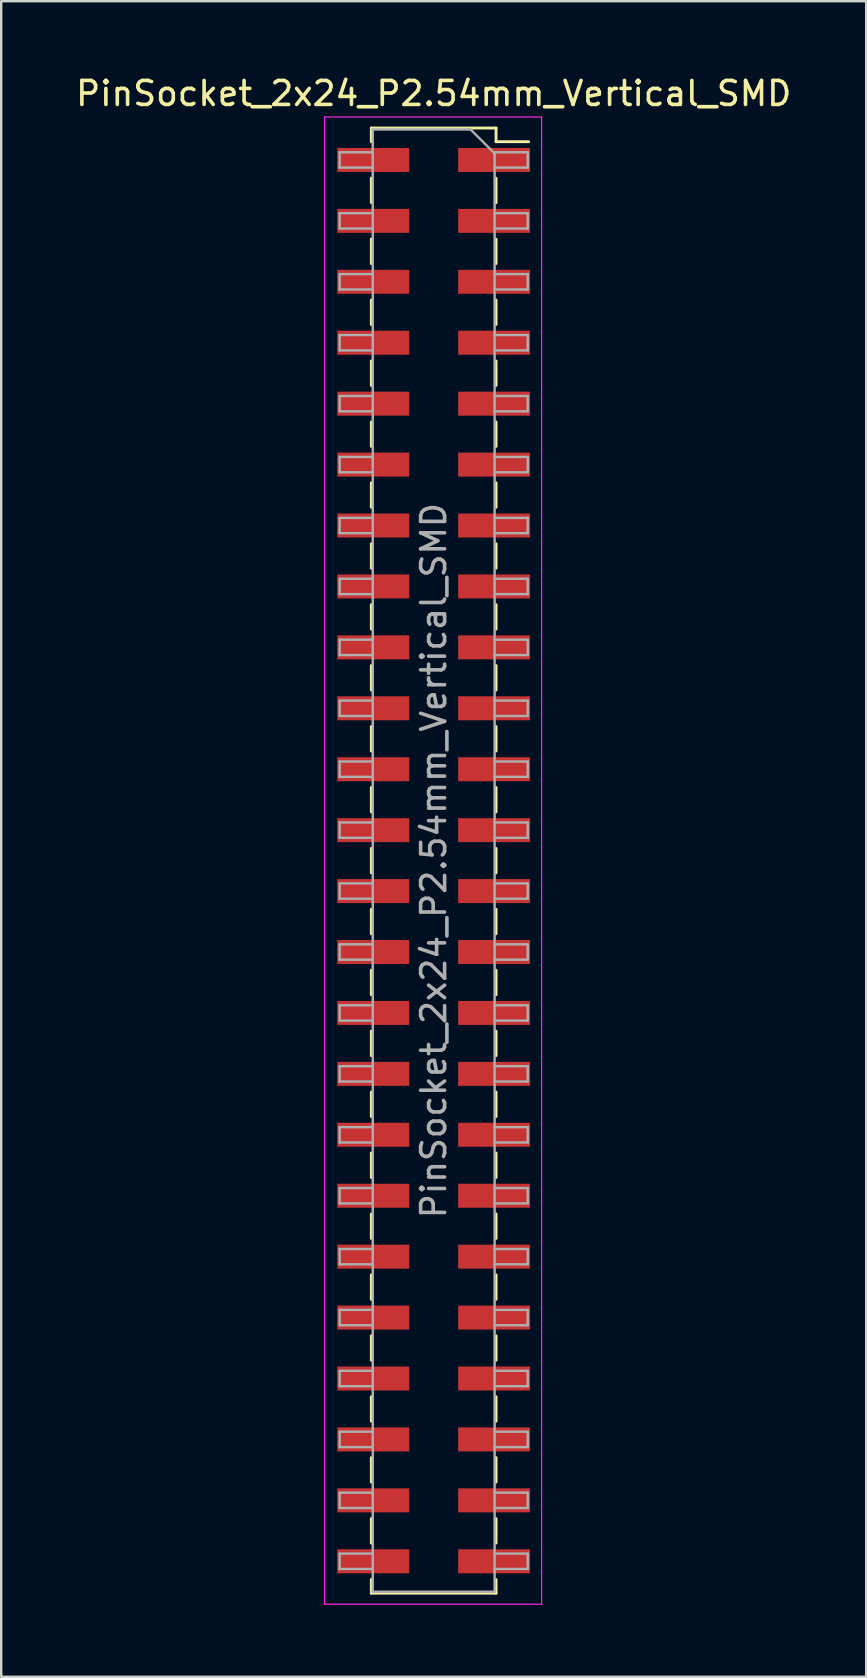
<source format=kicad_pcb>
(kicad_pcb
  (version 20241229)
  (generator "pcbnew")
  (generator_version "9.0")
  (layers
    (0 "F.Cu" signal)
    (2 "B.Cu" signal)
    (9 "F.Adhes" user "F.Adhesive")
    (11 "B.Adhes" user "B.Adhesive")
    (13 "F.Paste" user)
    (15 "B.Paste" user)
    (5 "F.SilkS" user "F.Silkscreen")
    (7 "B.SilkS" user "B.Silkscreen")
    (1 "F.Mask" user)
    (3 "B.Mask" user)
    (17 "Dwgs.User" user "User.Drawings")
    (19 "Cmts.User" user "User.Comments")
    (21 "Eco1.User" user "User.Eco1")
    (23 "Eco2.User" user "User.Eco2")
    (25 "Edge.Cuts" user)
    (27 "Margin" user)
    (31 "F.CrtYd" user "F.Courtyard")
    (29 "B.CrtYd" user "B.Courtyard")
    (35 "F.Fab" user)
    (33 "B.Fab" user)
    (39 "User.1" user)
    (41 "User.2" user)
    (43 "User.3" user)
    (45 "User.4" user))
  (footprint "PinSocket_2x24_P2.54mm_Vertical_SMD"
    (layer "F.Cu")
    (at 15.03 32.828)
    (property "Reference" "PinSocket_2x24_P2.54mm_Vertical_SMD" (at 0 -31.98 0) (layer "F.SilkS") (effects (font (size 1 1) (thickness 0.15))))
    (attr smd)
    (fp_line (start -2.6 -30.54) (end -2.6 -29.97) (stroke (width 0.12) (type solid)) (layer "F.SilkS"))
    (fp_line (start -2.6 -30.54) (end 2.6 -30.54) (stroke (width 0.12) (type solid)) (layer "F.SilkS"))
    (fp_line (start -2.6 -28.45) (end -2.6 -27.43) (stroke (width 0.12) (type solid)) (layer "F.SilkS"))
    (fp_line (start -2.6 -25.91) (end -2.6 -24.89) (stroke (width 0.12) (type solid)) (layer "F.SilkS"))
    (fp_line (start -2.6 -23.37) (end -2.6 -22.35) (stroke (width 0.12) (type solid)) (layer "F.SilkS"))
    (fp_line (start -2.6 -20.83) (end -2.6 -19.81) (stroke (width 0.12) (type solid)) (layer "F.SilkS"))
    (fp_line (start -2.6 -18.29) (end -2.6 -17.27) (stroke (width 0.12) (type solid)) (layer "F.SilkS"))
    (fp_line (start -2.6 -15.75) (end -2.6 -14.73) (stroke (width 0.12) (type solid)) (layer "F.SilkS"))
    (fp_line (start -2.6 -13.21) (end -2.6 -12.19) (stroke (width 0.12) (type solid)) (layer "F.SilkS"))
    (fp_line (start -2.6 -10.67) (end -2.6 -9.65) (stroke (width 0.12) (type solid)) (layer "F.SilkS"))
    (fp_line (start -2.6 -8.13) (end -2.6 -7.11) (stroke (width 0.12) (type solid)) (layer "F.SilkS"))
    (fp_line (start -2.6 -5.59) (end -2.6 -4.57) (stroke (width 0.12) (type solid)) (layer "F.SilkS"))
    (fp_line (start -2.6 -3.05) (end -2.6 -2.03) (stroke (width 0.12) (type solid)) (layer "F.SilkS"))
    (fp_line (start -2.6 -0.51) (end -2.6 0.51) (stroke (width 0.12) (type solid)) (layer "F.SilkS"))
    (fp_line (start -2.6 2.03) (end -2.6 3.05) (stroke (width 0.12) (type solid)) (layer "F.SilkS"))
    (fp_line (start -2.6 4.57) (end -2.6 5.59) (stroke (width 0.12) (type solid)) (layer "F.SilkS"))
    (fp_line (start -2.6 7.11) (end -2.6 8.13) (stroke (width 0.12) (type solid)) (layer "F.SilkS"))
    (fp_line (start -2.6 9.65) (end -2.6 10.67) (stroke (width 0.12) (type solid)) (layer "F.SilkS"))
    (fp_line (start -2.6 12.19) (end -2.6 13.21) (stroke (width 0.12) (type solid)) (layer "F.SilkS"))
    (fp_line (start -2.6 14.73) (end -2.6 15.75) (stroke (width 0.12) (type solid)) (layer "F.SilkS"))
    (fp_line (start -2.6 17.27) (end -2.6 18.29) (stroke (width 0.12) (type solid)) (layer "F.SilkS"))
    (fp_line (start -2.6 19.81) (end -2.6 20.83) (stroke (width 0.12) (type solid)) (layer "F.SilkS"))
    (fp_line (start -2.6 22.35) (end -2.6 23.37) (stroke (width 0.12) (type solid)) (layer "F.SilkS"))
    (fp_line (start -2.6 24.89) (end -2.6 25.91) (stroke (width 0.12) (type solid)) (layer "F.SilkS"))
    (fp_line (start -2.6 27.43) (end -2.6 28.45) (stroke (width 0.12) (type solid)) (layer "F.SilkS"))
    (fp_line (start -2.6 29.97) (end -2.6 30.54) (stroke (width 0.12) (type solid)) (layer "F.SilkS"))
    (fp_line (start -2.6 30.54) (end 2.6 30.54) (stroke (width 0.12) (type solid)) (layer "F.SilkS"))
    (fp_line (start 2.6 -30.54) (end 2.6 -29.97) (stroke (width 0.12) (type solid)) (layer "F.SilkS"))
    (fp_line (start 2.6 -29.97) (end 3.96 -29.97) (stroke (width 0.12) (type solid)) (layer "F.SilkS"))
    (fp_line (start 2.6 -28.45) (end 2.6 -27.43) (stroke (width 0.12) (type solid)) (layer "F.SilkS"))
    (fp_line (start 2.6 -25.91) (end 2.6 -24.89) (stroke (width 0.12) (type solid)) (layer "F.SilkS"))
    (fp_line (start 2.6 -23.37) (end 2.6 -22.35) (stroke (width 0.12) (type solid)) (layer "F.SilkS"))
    (fp_line (start 2.6 -20.83) (end 2.6 -19.81) (stroke (width 0.12) (type solid)) (layer "F.SilkS"))
    (fp_line (start 2.6 -18.29) (end 2.6 -17.27) (stroke (width 0.12) (type solid)) (layer "F.SilkS"))
    (fp_line (start 2.6 -15.75) (end 2.6 -14.73) (stroke (width 0.12) (type solid)) (layer "F.SilkS"))
    (fp_line (start 2.6 -13.21) (end 2.6 -12.19) (stroke (width 0.12) (type solid)) (layer "F.SilkS"))
    (fp_line (start 2.6 -10.67) (end 2.6 -9.65) (stroke (width 0.12) (type solid)) (layer "F.SilkS"))
    (fp_line (start 2.6 -8.13) (end 2.6 -7.11) (stroke (width 0.12) (type solid)) (layer "F.SilkS"))
    (fp_line (start 2.6 -5.59) (end 2.6 -4.57) (stroke (width 0.12) (type solid)) (layer "F.SilkS"))
    (fp_line (start 2.6 -3.05) (end 2.6 -2.03) (stroke (width 0.12) (type solid)) (layer "F.SilkS"))
    (fp_line (start 2.6 -0.51) (end 2.6 0.51) (stroke (width 0.12) (type solid)) (layer "F.SilkS"))
    (fp_line (start 2.6 2.03) (end 2.6 3.05) (stroke (width 0.12) (type solid)) (layer "F.SilkS"))
    (fp_line (start 2.6 4.57) (end 2.6 5.59) (stroke (width 0.12) (type solid)) (layer "F.SilkS"))
    (fp_line (start 2.6 7.11) (end 2.6 8.13) (stroke (width 0.12) (type solid)) (layer "F.SilkS"))
    (fp_line (start 2.6 9.65) (end 2.6 10.67) (stroke (width 0.12) (type solid)) (layer "F.SilkS"))
    (fp_line (start 2.6 12.19) (end 2.6 13.21) (stroke (width 0.12) (type solid)) (layer "F.SilkS"))
    (fp_line (start 2.6 14.73) (end 2.6 15.75) (stroke (width 0.12) (type solid)) (layer "F.SilkS"))
    (fp_line (start 2.6 17.27) (end 2.6 18.29) (stroke (width 0.12) (type solid)) (layer "F.SilkS"))
    (fp_line (start 2.6 19.81) (end 2.6 20.83) (stroke (width 0.12) (type solid)) (layer "F.SilkS"))
    (fp_line (start 2.6 22.35) (end 2.6 23.37) (stroke (width 0.12) (type solid)) (layer "F.SilkS"))
    (fp_line (start 2.6 24.89) (end 2.6 25.91) (stroke (width 0.12) (type solid)) (layer "F.SilkS"))
    (fp_line (start 2.6 27.43) (end 2.6 28.45) (stroke (width 0.12) (type solid)) (layer "F.SilkS"))
    (fp_line (start 2.6 29.97) (end 2.6 30.54) (stroke (width 0.12) (type solid)) (layer "F.SilkS"))
    (fp_line (start -4.55 -31) (end 4.5 -31) (stroke (width 0.05) (type solid)) (layer "F.CrtYd"))
    (fp_line (start -4.55 31) (end -4.55 -31) (stroke (width 0.05) (type solid)) (layer "F.CrtYd"))
    (fp_line (start 4.5 -31) (end 4.5 31) (stroke (width 0.05) (type solid)) (layer "F.CrtYd"))
    (fp_line (start 4.5 31) (end -4.55 31) (stroke (width 0.05) (type solid)) (layer "F.CrtYd"))
    (fp_line (start -3.92 -29.53) (end -2.54 -29.53) (stroke (width 0.1) (type solid)) (layer "F.Fab"))
    (fp_line (start -3.92 -28.89) (end -3.92 -29.53) (stroke (width 0.1) (type solid)) (layer "F.Fab"))
    (fp_line (start -3.92 -26.99) (end -2.54 -26.99) (stroke (width 0.1) (type solid)) (layer "F.Fab"))
    (fp_line (start -3.92 -26.35) (end -3.92 -26.99) (stroke (width 0.1) (type solid)) (layer "F.Fab"))
    (fp_line (start -3.92 -24.45) (end -2.54 -24.45) (stroke (width 0.1) (type solid)) (layer "F.Fab"))
    (fp_line (start -3.92 -23.81) (end -3.92 -24.45) (stroke (width 0.1) (type solid)) (layer "F.Fab"))
    (fp_line (start -3.92 -21.91) (end -2.54 -21.91) (stroke (width 0.1) (type solid)) (layer "F.Fab"))
    (fp_line (start -3.92 -21.27) (end -3.92 -21.91) (stroke (width 0.1) (type solid)) (layer "F.Fab"))
    (fp_line (start -3.92 -19.37) (end -2.54 -19.37) (stroke (width 0.1) (type solid)) (layer "F.Fab"))
    (fp_line (start -3.92 -18.73) (end -3.92 -19.37) (stroke (width 0.1) (type solid)) (layer "F.Fab"))
    (fp_line (start -3.92 -16.83) (end -2.54 -16.83) (stroke (width 0.1) (type solid)) (layer "F.Fab"))
    (fp_line (start -3.92 -16.19) (end -3.92 -16.83) (stroke (width 0.1) (type solid)) (layer "F.Fab"))
    (fp_line (start -3.92 -14.29) (end -2.54 -14.29) (stroke (width 0.1) (type solid)) (layer "F.Fab"))
    (fp_line (start -3.92 -13.65) (end -3.92 -14.29) (stroke (width 0.1) (type solid)) (layer "F.Fab"))
    (fp_line (start -3.92 -11.75) (end -2.54 -11.75) (stroke (width 0.1) (type solid)) (layer "F.Fab"))
    (fp_line (start -3.92 -11.11) (end -3.92 -11.75) (stroke (width 0.1) (type solid)) (layer "F.Fab"))
    (fp_line (start -3.92 -9.21) (end -2.54 -9.21) (stroke (width 0.1) (type solid)) (layer "F.Fab"))
    (fp_line (start -3.92 -8.57) (end -3.92 -9.21) (stroke (width 0.1) (type solid)) (layer "F.Fab"))
    (fp_line (start -3.92 -6.67) (end -2.54 -6.67) (stroke (width 0.1) (type solid)) (layer "F.Fab"))
    (fp_line (start -3.92 -6.03) (end -3.92 -6.67) (stroke (width 0.1) (type solid)) (layer "F.Fab"))
    (fp_line (start -3.92 -4.13) (end -2.54 -4.13) (stroke (width 0.1) (type solid)) (layer "F.Fab"))
    (fp_line (start -3.92 -3.49) (end -3.92 -4.13) (stroke (width 0.1) (type solid)) (layer "F.Fab"))
    (fp_line (start -3.92 -1.59) (end -2.54 -1.59) (stroke (width 0.1) (type solid)) (layer "F.Fab"))
    (fp_line (start -3.92 -0.95) (end -3.92 -1.59) (stroke (width 0.1) (type solid)) (layer "F.Fab"))
    (fp_line (start -3.92 0.95) (end -2.54 0.95) (stroke (width 0.1) (type solid)) (layer "F.Fab"))
    (fp_line (start -3.92 1.59) (end -3.92 0.95) (stroke (width 0.1) (type solid)) (layer "F.Fab"))
    (fp_line (start -3.92 3.49) (end -2.54 3.49) (stroke (width 0.1) (type solid)) (layer "F.Fab"))
    (fp_line (start -3.92 4.13) (end -3.92 3.49) (stroke (width 0.1) (type solid)) (layer "F.Fab"))
    (fp_line (start -3.92 6.03) (end -2.54 6.03) (stroke (width 0.1) (type solid)) (layer "F.Fab"))
    (fp_line (start -3.92 6.67) (end -3.92 6.03) (stroke (width 0.1) (type solid)) (layer "F.Fab"))
    (fp_line (start -3.92 8.57) (end -2.54 8.57) (stroke (width 0.1) (type solid)) (layer "F.Fab"))
    (fp_line (start -3.92 9.21) (end -3.92 8.57) (stroke (width 0.1) (type solid)) (layer "F.Fab"))
    (fp_line (start -3.92 11.11) (end -2.54 11.11) (stroke (width 0.1) (type solid)) (layer "F.Fab"))
    (fp_line (start -3.92 11.75) (end -3.92 11.11) (stroke (width 0.1) (type solid)) (layer "F.Fab"))
    (fp_line (start -3.92 13.65) (end -2.54 13.65) (stroke (width 0.1) (type solid)) (layer "F.Fab"))
    (fp_line (start -3.92 14.29) (end -3.92 13.65) (stroke (width 0.1) (type solid)) (layer "F.Fab"))
    (fp_line (start -3.92 16.19) (end -2.54 16.19) (stroke (width 0.1) (type solid)) (layer "F.Fab"))
    (fp_line (start -3.92 16.83) (end -3.92 16.19) (stroke (width 0.1) (type solid)) (layer "F.Fab"))
    (fp_line (start -3.92 18.73) (end -2.54 18.73) (stroke (width 0.1) (type solid)) (layer "F.Fab"))
    (fp_line (start -3.92 19.37) (end -3.92 18.73) (stroke (width 0.1) (type solid)) (layer "F.Fab"))
    (fp_line (start -3.92 21.27) (end -2.54 21.27) (stroke (width 0.1) (type solid)) (layer "F.Fab"))
    (fp_line (start -3.92 21.91) (end -3.92 21.27) (stroke (width 0.1) (type solid)) (layer "F.Fab"))
    (fp_line (start -3.92 23.81) (end -2.54 23.81) (stroke (width 0.1) (type solid)) (layer "F.Fab"))
    (fp_line (start -3.92 24.45) (end -3.92 23.81) (stroke (width 0.1) (type solid)) (layer "F.Fab"))
    (fp_line (start -3.92 26.35) (end -2.54 26.35) (stroke (width 0.1) (type solid)) (layer "F.Fab"))
    (fp_line (start -3.92 26.99) (end -3.92 26.35) (stroke (width 0.1) (type solid)) (layer "F.Fab"))
    (fp_line (start -3.92 28.89) (end -2.54 28.89) (stroke (width 0.1) (type solid)) (layer "F.Fab"))
    (fp_line (start -3.92 29.53) (end -3.92 28.89) (stroke (width 0.1) (type solid)) (layer "F.Fab"))
    (fp_line (start -2.54 -30.48) (end 1.54 -30.48) (stroke (width 0.1) (type solid)) (layer "F.Fab"))
    (fp_line (start -2.54 -28.89) (end -3.92 -28.89) (stroke (width 0.1) (type solid)) (layer "F.Fab"))
    (fp_line (start -2.54 -26.35) (end -3.92 -26.35) (stroke (width 0.1) (type solid)) (layer "F.Fab"))
    (fp_line (start -2.54 -23.81) (end -3.92 -23.81) (stroke (width 0.1) (type solid)) (layer "F.Fab"))
    (fp_line (start -2.54 -21.27) (end -3.92 -21.27) (stroke (width 0.1) (type solid)) (layer "F.Fab"))
    (fp_line (start -2.54 -18.73) (end -3.92 -18.73) (stroke (width 0.1) (type solid)) (layer "F.Fab"))
    (fp_line (start -2.54 -16.19) (end -3.92 -16.19) (stroke (width 0.1) (type solid)) (layer "F.Fab"))
    (fp_line (start -2.54 -13.65) (end -3.92 -13.65) (stroke (width 0.1) (type solid)) (layer "F.Fab"))
    (fp_line (start -2.54 -11.11) (end -3.92 -11.11) (stroke (width 0.1) (type solid)) (layer "F.Fab"))
    (fp_line (start -2.54 -8.57) (end -3.92 -8.57) (stroke (width 0.1) (type solid)) (layer "F.Fab"))
    (fp_line (start -2.54 -6.03) (end -3.92 -6.03) (stroke (width 0.1) (type solid)) (layer "F.Fab"))
    (fp_line (start -2.54 -3.49) (end -3.92 -3.49) (stroke (width 0.1) (type solid)) (layer "F.Fab"))
    (fp_line (start -2.54 -0.95) (end -3.92 -0.95) (stroke (width 0.1) (type solid)) (layer "F.Fab"))
    (fp_line (start -2.54 1.59) (end -3.92 1.59) (stroke (width 0.1) (type solid)) (layer "F.Fab"))
    (fp_line (start -2.54 4.13) (end -3.92 4.13) (stroke (width 0.1) (type solid)) (layer "F.Fab"))
    (fp_line (start -2.54 6.67) (end -3.92 6.67) (stroke (width 0.1) (type solid)) (layer "F.Fab"))
    (fp_line (start -2.54 9.21) (end -3.92 9.21) (stroke (width 0.1) (type solid)) (layer "F.Fab"))
    (fp_line (start -2.54 11.75) (end -3.92 11.75) (stroke (width 0.1) (type solid)) (layer "F.Fab"))
    (fp_line (start -2.54 14.29) (end -3.92 14.29) (stroke (width 0.1) (type solid)) (layer "F.Fab"))
    (fp_line (start -2.54 16.83) (end -3.92 16.83) (stroke (width 0.1) (type solid)) (layer "F.Fab"))
    (fp_line (start -2.54 19.37) (end -3.92 19.37) (stroke (width 0.1) (type solid)) (layer "F.Fab"))
    (fp_line (start -2.54 21.91) (end -3.92 21.91) (stroke (width 0.1) (type solid)) (layer "F.Fab"))
    (fp_line (start -2.54 24.45) (end -3.92 24.45) (stroke (width 0.1) (type solid)) (layer "F.Fab"))
    (fp_line (start -2.54 26.99) (end -3.92 26.99) (stroke (width 0.1) (type solid)) (layer "F.Fab"))
    (fp_line (start -2.54 29.53) (end -3.92 29.53) (stroke (width 0.1) (type solid)) (layer "F.Fab"))
    (fp_line (start -2.54 30.48) (end -2.54 -30.48) (stroke (width 0.1) (type solid)) (layer "F.Fab"))
    (fp_line (start 1.54 -30.48) (end 2.54 -29.48) (stroke (width 0.1) (type solid)) (layer "F.Fab"))
    (fp_line (start 2.54 -29.53) (end 3.92 -29.53) (stroke (width 0.1) (type solid)) (layer "F.Fab"))
    (fp_line (start 2.54 -29.48) (end 2.54 30.48) (stroke (width 0.1) (type solid)) (layer "F.Fab"))
    (fp_line (start 2.54 -26.99) (end 3.92 -26.99) (stroke (width 0.1) (type solid)) (layer "F.Fab"))
    (fp_line (start 2.54 -24.45) (end 3.92 -24.45) (stroke (width 0.1) (type solid)) (layer "F.Fab"))
    (fp_line (start 2.54 -21.91) (end 3.92 -21.91) (stroke (width 0.1) (type solid)) (layer "F.Fab"))
    (fp_line (start 2.54 -19.37) (end 3.92 -19.37) (stroke (width 0.1) (type solid)) (layer "F.Fab"))
    (fp_line (start 2.54 -16.83) (end 3.92 -16.83) (stroke (width 0.1) (type solid)) (layer "F.Fab"))
    (fp_line (start 2.54 -14.29) (end 3.92 -14.29) (stroke (width 0.1) (type solid)) (layer "F.Fab"))
    (fp_line (start 2.54 -11.75) (end 3.92 -11.75) (stroke (width 0.1) (type solid)) (layer "F.Fab"))
    (fp_line (start 2.54 -9.21) (end 3.92 -9.21) (stroke (width 0.1) (type solid)) (layer "F.Fab"))
    (fp_line (start 2.54 -6.67) (end 3.92 -6.67) (stroke (width 0.1) (type solid)) (layer "F.Fab"))
    (fp_line (start 2.54 -4.13) (end 3.92 -4.13) (stroke (width 0.1) (type solid)) (layer "F.Fab"))
    (fp_line (start 2.54 -1.59) (end 3.92 -1.59) (stroke (width 0.1) (type solid)) (layer "F.Fab"))
    (fp_line (start 2.54 0.95) (end 3.92 0.95) (stroke (width 0.1) (type solid)) (layer "F.Fab"))
    (fp_line (start 2.54 3.49) (end 3.92 3.49) (stroke (width 0.1) (type solid)) (layer "F.Fab"))
    (fp_line (start 2.54 6.03) (end 3.92 6.03) (stroke (width 0.1) (type solid)) (layer "F.Fab"))
    (fp_line (start 2.54 8.57) (end 3.92 8.57) (stroke (width 0.1) (type solid)) (layer "F.Fab"))
    (fp_line (start 2.54 11.11) (end 3.92 11.11) (stroke (width 0.1) (type solid)) (layer "F.Fab"))
    (fp_line (start 2.54 13.65) (end 3.92 13.65) (stroke (width 0.1) (type solid)) (layer "F.Fab"))
    (fp_line (start 2.54 16.19) (end 3.92 16.19) (stroke (width 0.1) (type solid)) (layer "F.Fab"))
    (fp_line (start 2.54 18.73) (end 3.92 18.73) (stroke (width 0.1) (type solid)) (layer "F.Fab"))
    (fp_line (start 2.54 21.27) (end 3.92 21.27) (stroke (width 0.1) (type solid)) (layer "F.Fab"))
    (fp_line (start 2.54 23.81) (end 3.92 23.81) (stroke (width 0.1) (type solid)) (layer "F.Fab"))
    (fp_line (start 2.54 26.35) (end 3.92 26.35) (stroke (width 0.1) (type solid)) (layer "F.Fab"))
    (fp_line (start 2.54 28.89) (end 3.92 28.89) (stroke (width 0.1) (type solid)) (layer "F.Fab"))
    (fp_line (start 2.54 30.48) (end -2.54 30.48) (stroke (width 0.1) (type solid)) (layer "F.Fab"))
    (fp_line (start 3.92 -29.53) (end 3.92 -28.89) (stroke (width 0.1) (type solid)) (layer "F.Fab"))
    (fp_line (start 3.92 -28.89) (end 2.54 -28.89) (stroke (width 0.1) (type solid)) (layer "F.Fab"))
    (fp_line (start 3.92 -26.99) (end 3.92 -26.35) (stroke (width 0.1) (type solid)) (layer "F.Fab"))
    (fp_line (start 3.92 -26.35) (end 2.54 -26.35) (stroke (width 0.1) (type solid)) (layer "F.Fab"))
    (fp_line (start 3.92 -24.45) (end 3.92 -23.81) (stroke (width 0.1) (type solid)) (layer "F.Fab"))
    (fp_line (start 3.92 -23.81) (end 2.54 -23.81) (stroke (width 0.1) (type solid)) (layer "F.Fab"))
    (fp_line (start 3.92 -21.91) (end 3.92 -21.27) (stroke (width 0.1) (type solid)) (layer "F.Fab"))
    (fp_line (start 3.92 -21.27) (end 2.54 -21.27) (stroke (width 0.1) (type solid)) (layer "F.Fab"))
    (fp_line (start 3.92 -19.37) (end 3.92 -18.73) (stroke (width 0.1) (type solid)) (layer "F.Fab"))
    (fp_line (start 3.92 -18.73) (end 2.54 -18.73) (stroke (width 0.1) (type solid)) (layer "F.Fab"))
    (fp_line (start 3.92 -16.83) (end 3.92 -16.19) (stroke (width 0.1) (type solid)) (layer "F.Fab"))
    (fp_line (start 3.92 -16.19) (end 2.54 -16.19) (stroke (width 0.1) (type solid)) (layer "F.Fab"))
    (fp_line (start 3.92 -14.29) (end 3.92 -13.65) (stroke (width 0.1) (type solid)) (layer "F.Fab"))
    (fp_line (start 3.92 -13.65) (end 2.54 -13.65) (stroke (width 0.1) (type solid)) (layer "F.Fab"))
    (fp_line (start 3.92 -11.75) (end 3.92 -11.11) (stroke (width 0.1) (type solid)) (layer "F.Fab"))
    (fp_line (start 3.92 -11.11) (end 2.54 -11.11) (stroke (width 0.1) (type solid)) (layer "F.Fab"))
    (fp_line (start 3.92 -9.21) (end 3.92 -8.57) (stroke (width 0.1) (type solid)) (layer "F.Fab"))
    (fp_line (start 3.92 -8.57) (end 2.54 -8.57) (stroke (width 0.1) (type solid)) (layer "F.Fab"))
    (fp_line (start 3.92 -6.67) (end 3.92 -6.03) (stroke (width 0.1) (type solid)) (layer "F.Fab"))
    (fp_line (start 3.92 -6.03) (end 2.54 -6.03) (stroke (width 0.1) (type solid)) (layer "F.Fab"))
    (fp_line (start 3.92 -4.13) (end 3.92 -3.49) (stroke (width 0.1) (type solid)) (layer "F.Fab"))
    (fp_line (start 3.92 -3.49) (end 2.54 -3.49) (stroke (width 0.1) (type solid)) (layer "F.Fab"))
    (fp_line (start 3.92 -1.59) (end 3.92 -0.95) (stroke (width 0.1) (type solid)) (layer "F.Fab"))
    (fp_line (start 3.92 -0.95) (end 2.54 -0.95) (stroke (width 0.1) (type solid)) (layer "F.Fab"))
    (fp_line (start 3.92 0.95) (end 3.92 1.59) (stroke (width 0.1) (type solid)) (layer "F.Fab"))
    (fp_line (start 3.92 1.59) (end 2.54 1.59) (stroke (width 0.1) (type solid)) (layer "F.Fab"))
    (fp_line (start 3.92 3.49) (end 3.92 4.13) (stroke (width 0.1) (type solid)) (layer "F.Fab"))
    (fp_line (start 3.92 4.13) (end 2.54 4.13) (stroke (width 0.1) (type solid)) (layer "F.Fab"))
    (fp_line (start 3.92 6.03) (end 3.92 6.67) (stroke (width 0.1) (type solid)) (layer "F.Fab"))
    (fp_line (start 3.92 6.67) (end 2.54 6.67) (stroke (width 0.1) (type solid)) (layer "F.Fab"))
    (fp_line (start 3.92 8.57) (end 3.92 9.21) (stroke (width 0.1) (type solid)) (layer "F.Fab"))
    (fp_line (start 3.92 9.21) (end 2.54 9.21) (stroke (width 0.1) (type solid)) (layer "F.Fab"))
    (fp_line (start 3.92 11.11) (end 3.92 11.75) (stroke (width 0.1) (type solid)) (layer "F.Fab"))
    (fp_line (start 3.92 11.75) (end 2.54 11.75) (stroke (width 0.1) (type solid)) (layer "F.Fab"))
    (fp_line (start 3.92 13.65) (end 3.92 14.29) (stroke (width 0.1) (type solid)) (layer "F.Fab"))
    (fp_line (start 3.92 14.29) (end 2.54 14.29) (stroke (width 0.1) (type solid)) (layer "F.Fab"))
    (fp_line (start 3.92 16.19) (end 3.92 16.83) (stroke (width 0.1) (type solid)) (layer "F.Fab"))
    (fp_line (start 3.92 16.83) (end 2.54 16.83) (stroke (width 0.1) (type solid)) (layer "F.Fab"))
    (fp_line (start 3.92 18.73) (end 3.92 19.37) (stroke (width 0.1) (type solid)) (layer "F.Fab"))
    (fp_line (start 3.92 19.37) (end 2.54 19.37) (stroke (width 0.1) (type solid)) (layer "F.Fab"))
    (fp_line (start 3.92 21.27) (end 3.92 21.91) (stroke (width 0.1) (type solid)) (layer "F.Fab"))
    (fp_line (start 3.92 21.91) (end 2.54 21.91) (stroke (width 0.1) (type solid)) (layer "F.Fab"))
    (fp_line (start 3.92 23.81) (end 3.92 24.45) (stroke (width 0.1) (type solid)) (layer "F.Fab"))
    (fp_line (start 3.92 24.45) (end 2.54 24.45) (stroke (width 0.1) (type solid)) (layer "F.Fab"))
    (fp_line (start 3.92 26.35) (end 3.92 26.99) (stroke (width 0.1) (type solid)) (layer "F.Fab"))
    (fp_line (start 3.92 26.99) (end 2.54 26.99) (stroke (width 0.1) (type solid)) (layer "F.Fab"))
    (fp_line (start 3.92 28.89) (end 3.92 29.53) (stroke (width 0.1) (type solid)) (layer "F.Fab"))
    (fp_line (start 3.92 29.53) (end 2.54 29.53) (stroke (width 0.1) (type solid)) (layer "F.Fab"))
    (fp_text user "${REFERENCE}" (at 0 0 90) (layer "F.Fab") (effects (font (size 1 1) (thickness 0.15))))
    (pad "1" smd rect (at 2.52 -29.21) (size 3 1) (layers "F.Cu" "F.Mask" "F.Paste"))
    (pad "2" smd rect (at -2.52 -29.21) (size 3 1) (layers "F.Cu" "F.Mask" "F.Paste"))
    (pad "3" smd rect (at 2.52 -26.67) (size 3 1) (layers "F.Cu" "F.Mask" "F.Paste"))
    (pad "4" smd rect (at -2.52 -26.67) (size 3 1) (layers "F.Cu" "F.Mask" "F.Paste"))
    (pad "5" smd rect (at 2.52 -24.13) (size 3 1) (layers "F.Cu" "F.Mask" "F.Paste"))
    (pad "6" smd rect (at -2.52 -24.13) (size 3 1) (layers "F.Cu" "F.Mask" "F.Paste"))
    (pad "7" smd rect (at 2.52 -21.59) (size 3 1) (layers "F.Cu" "F.Mask" "F.Paste"))
    (pad "8" smd rect (at -2.52 -21.59) (size 3 1) (layers "F.Cu" "F.Mask" "F.Paste"))
    (pad "9" smd rect (at 2.52 -19.05) (size 3 1) (layers "F.Cu" "F.Mask" "F.Paste"))
    (pad "10" smd rect (at -2.52 -19.05) (size 3 1) (layers "F.Cu" "F.Mask" "F.Paste"))
    (pad "11" smd rect (at 2.52 -16.51) (size 3 1) (layers "F.Cu" "F.Mask" "F.Paste"))
    (pad "12" smd rect (at -2.52 -16.51) (size 3 1) (layers "F.Cu" "F.Mask" "F.Paste"))
    (pad "13" smd rect (at 2.52 -13.97) (size 3 1) (layers "F.Cu" "F.Mask" "F.Paste"))
    (pad "14" smd rect (at -2.52 -13.97) (size 3 1) (layers "F.Cu" "F.Mask" "F.Paste"))
    (pad "15" smd rect (at 2.52 -11.43) (size 3 1) (layers "F.Cu" "F.Mask" "F.Paste"))
    (pad "16" smd rect (at -2.52 -11.43) (size 3 1) (layers "F.Cu" "F.Mask" "F.Paste"))
    (pad "17" smd rect (at 2.52 -8.89) (size 3 1) (layers "F.Cu" "F.Mask" "F.Paste"))
    (pad "18" smd rect (at -2.52 -8.89) (size 3 1) (layers "F.Cu" "F.Mask" "F.Paste"))
    (pad "19" smd rect (at 2.52 -6.35) (size 3 1) (layers "F.Cu" "F.Mask" "F.Paste"))
    (pad "20" smd rect (at -2.52 -6.35) (size 3 1) (layers "F.Cu" "F.Mask" "F.Paste"))
    (pad "21" smd rect (at 2.52 -3.81) (size 3 1) (layers "F.Cu" "F.Mask" "F.Paste"))
    (pad "22" smd rect (at -2.52 -3.81) (size 3 1) (layers "F.Cu" "F.Mask" "F.Paste"))
    (pad "23" smd rect (at 2.52 -1.27) (size 3 1) (layers "F.Cu" "F.Mask" "F.Paste"))
    (pad "24" smd rect (at -2.52 -1.27) (size 3 1) (layers "F.Cu" "F.Mask" "F.Paste"))
    (pad "25" smd rect (at 2.52 1.27) (size 3 1) (layers "F.Cu" "F.Mask" "F.Paste"))
    (pad "26" smd rect (at -2.52 1.27) (size 3 1) (layers "F.Cu" "F.Mask" "F.Paste"))
    (pad "27" smd rect (at 2.52 3.81) (size 3 1) (layers "F.Cu" "F.Mask" "F.Paste"))
    (pad "28" smd rect (at -2.52 3.81) (size 3 1) (layers "F.Cu" "F.Mask" "F.Paste"))
    (pad "29" smd rect (at 2.52 6.35) (size 3 1) (layers "F.Cu" "F.Mask" "F.Paste"))
    (pad "30" smd rect (at -2.52 6.35) (size 3 1) (layers "F.Cu" "F.Mask" "F.Paste"))
    (pad "31" smd rect (at 2.52 8.89) (size 3 1) (layers "F.Cu" "F.Mask" "F.Paste"))
    (pad "32" smd rect (at -2.52 8.89) (size 3 1) (layers "F.Cu" "F.Mask" "F.Paste"))
    (pad "33" smd rect (at 2.52 11.43) (size 3 1) (layers "F.Cu" "F.Mask" "F.Paste"))
    (pad "34" smd rect (at -2.52 11.43) (size 3 1) (layers "F.Cu" "F.Mask" "F.Paste"))
    (pad "35" smd rect (at 2.52 13.97) (size 3 1) (layers "F.Cu" "F.Mask" "F.Paste"))
    (pad "36" smd rect (at -2.52 13.97) (size 3 1) (layers "F.Cu" "F.Mask" "F.Paste"))
    (pad "37" smd rect (at 2.52 16.51) (size 3 1) (layers "F.Cu" "F.Mask" "F.Paste"))
    (pad "38" smd rect (at -2.52 16.51) (size 3 1) (layers "F.Cu" "F.Mask" "F.Paste"))
    (pad "39" smd rect (at 2.52 19.05) (size 3 1) (layers "F.Cu" "F.Mask" "F.Paste"))
    (pad "40" smd rect (at -2.52 19.05) (size 3 1) (layers "F.Cu" "F.Mask" "F.Paste"))
    (pad "41" smd rect (at 2.52 21.59) (size 3 1) (layers "F.Cu" "F.Mask" "F.Paste"))
    (pad "42" smd rect (at -2.52 21.59) (size 3 1) (layers "F.Cu" "F.Mask" "F.Paste"))
    (pad "43" smd rect (at 2.52 24.13) (size 3 1) (layers "F.Cu" "F.Mask" "F.Paste"))
    (pad "44" smd rect (at -2.52 24.13) (size 3 1) (layers "F.Cu" "F.Mask" "F.Paste"))
    (pad "45" smd rect (at 2.52 26.67) (size 3 1) (layers "F.Cu" "F.Mask" "F.Paste"))
    (pad "46" smd rect (at -2.52 26.67) (size 3 1) (layers "F.Cu" "F.Mask" "F.Paste"))
    (pad "47" smd rect (at 2.52 29.21) (size 3 1) (layers "F.Cu" "F.Mask" "F.Paste"))
    (pad "48" smd rect (at -2.52 29.21) (size 3 1) (layers "F.Cu" "F.Mask" "F.Paste")))
  (gr_rect
    (start -3 -3)
    (end 33.06 66.853)
    (stroke (width 0.1) (type default))
    (fill no)
    (layer "Edge.Cuts")))
</source>
